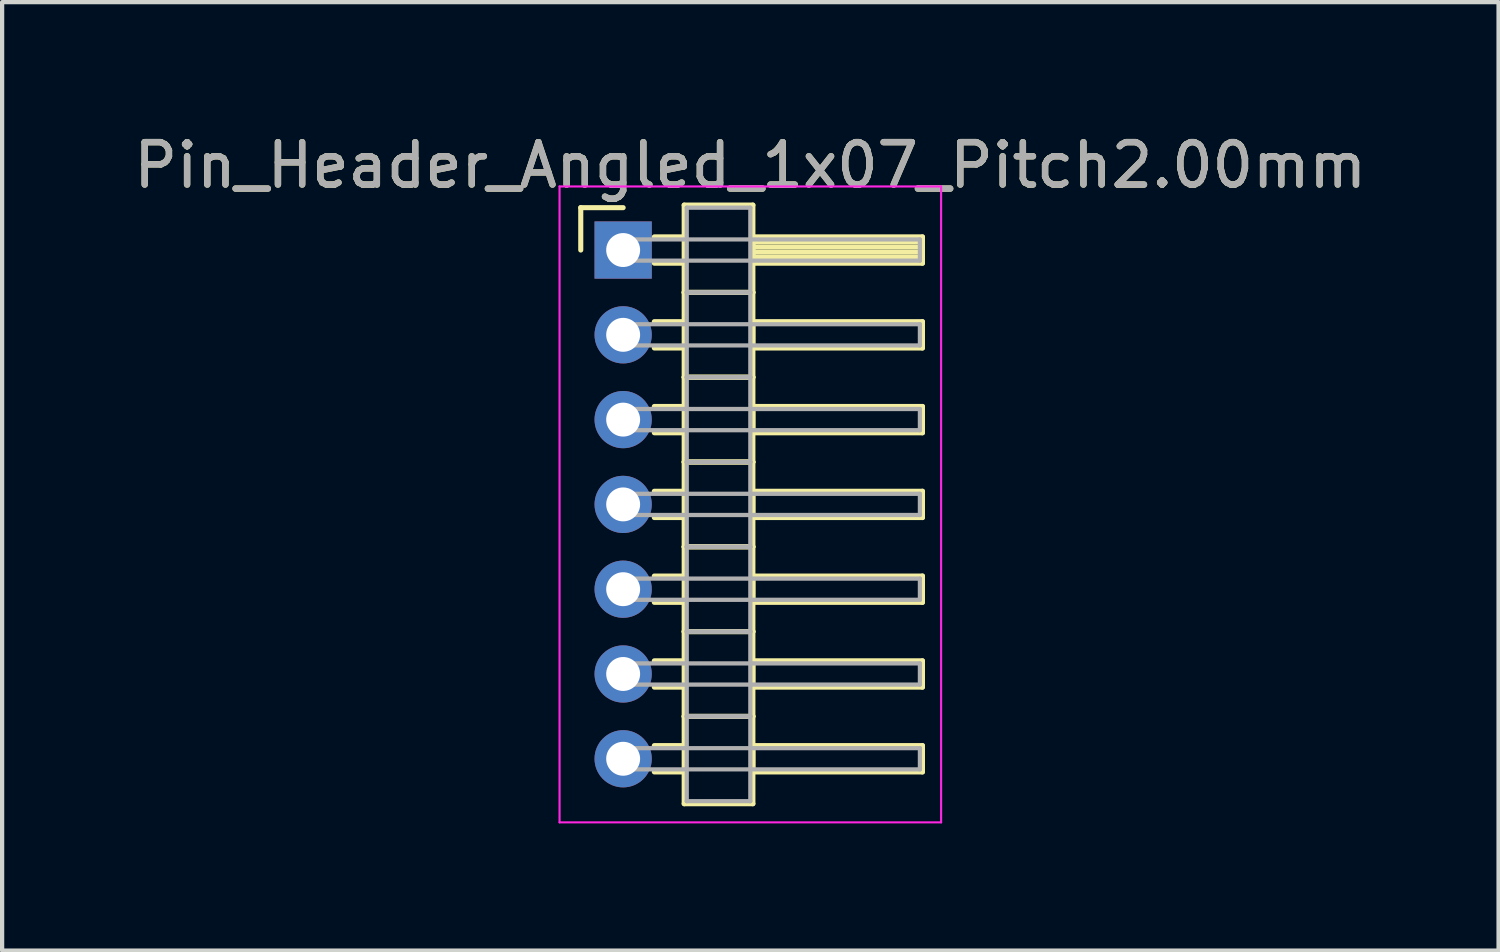
<source format=kicad_pcb>
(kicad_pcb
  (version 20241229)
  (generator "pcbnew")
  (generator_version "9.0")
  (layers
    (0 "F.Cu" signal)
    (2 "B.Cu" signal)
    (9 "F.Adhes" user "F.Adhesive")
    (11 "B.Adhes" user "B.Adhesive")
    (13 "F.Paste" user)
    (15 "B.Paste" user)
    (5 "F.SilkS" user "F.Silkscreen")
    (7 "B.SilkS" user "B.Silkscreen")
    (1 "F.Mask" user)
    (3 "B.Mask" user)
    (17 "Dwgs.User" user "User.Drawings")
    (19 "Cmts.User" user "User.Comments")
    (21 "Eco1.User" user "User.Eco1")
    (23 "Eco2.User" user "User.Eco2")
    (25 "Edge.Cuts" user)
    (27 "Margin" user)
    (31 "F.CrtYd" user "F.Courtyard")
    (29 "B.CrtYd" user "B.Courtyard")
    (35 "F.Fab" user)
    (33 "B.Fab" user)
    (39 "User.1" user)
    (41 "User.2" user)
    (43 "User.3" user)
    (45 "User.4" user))
  (footprint "Pin_Header_Angled_1x07_Pitch2.00mm"
    (layer "F.Cu")
    (at 11.649 2.848)
    (property "Reference" "Pin_Header_Angled_1x07_Pitch2.00mm" (at 3 -2 0) (layer "F.SilkS") (effects (font (size 1 1) (thickness 0.15))))
    (attr through_hole)
    (fp_line (start -1 -1) (end 0 -1) (stroke (width 0.12) (type solid)) (layer "F.SilkS"))
    (fp_line (start -1 0) (end -1 -1) (stroke (width 0.12) (type solid)) (layer "F.SilkS"))
    (fp_line (start 0.735 -0.31) (end 1.44 -0.31) (stroke (width 0.12) (type solid)) (layer "F.SilkS"))
    (fp_line (start 0.735 0.31) (end 1.44 0.31) (stroke (width 0.12) (type solid)) (layer "F.SilkS"))
    (fp_line (start 0.735 1.69) (end 1.44 1.69) (stroke (width 0.12) (type solid)) (layer "F.SilkS"))
    (fp_line (start 0.735 2.31) (end 1.44 2.31) (stroke (width 0.12) (type solid)) (layer "F.SilkS"))
    (fp_line (start 0.735 3.69) (end 1.44 3.69) (stroke (width 0.12) (type solid)) (layer "F.SilkS"))
    (fp_line (start 0.735 4.31) (end 1.44 4.31) (stroke (width 0.12) (type solid)) (layer "F.SilkS"))
    (fp_line (start 0.735 5.69) (end 1.44 5.69) (stroke (width 0.12) (type solid)) (layer "F.SilkS"))
    (fp_line (start 0.735 6.31) (end 1.44 6.31) (stroke (width 0.12) (type solid)) (layer "F.SilkS"))
    (fp_line (start 0.735 7.69) (end 1.44 7.69) (stroke (width 0.12) (type solid)) (layer "F.SilkS"))
    (fp_line (start 0.735 8.31) (end 1.44 8.31) (stroke (width 0.12) (type solid)) (layer "F.SilkS"))
    (fp_line (start 0.735 9.69) (end 1.44 9.69) (stroke (width 0.12) (type solid)) (layer "F.SilkS"))
    (fp_line (start 0.735 10.31) (end 1.44 10.31) (stroke (width 0.12) (type solid)) (layer "F.SilkS"))
    (fp_line (start 0.735 11.69) (end 1.44 11.69) (stroke (width 0.12) (type solid)) (layer "F.SilkS"))
    (fp_line (start 0.735 12.31) (end 1.44 12.31) (stroke (width 0.12) (type solid)) (layer "F.SilkS"))
    (fp_line (start 1.44 -1.06) (end 1.44 1) (stroke (width 0.12) (type solid)) (layer "F.SilkS"))
    (fp_line (start 1.44 1) (end 1.44 3) (stroke (width 0.12) (type solid)) (layer "F.SilkS"))
    (fp_line (start 1.44 1) (end 3.06 1) (stroke (width 0.12) (type solid)) (layer "F.SilkS"))
    (fp_line (start 1.44 3) (end 1.44 5) (stroke (width 0.12) (type solid)) (layer "F.SilkS"))
    (fp_line (start 1.44 3) (end 3.06 3) (stroke (width 0.12) (type solid)) (layer "F.SilkS"))
    (fp_line (start 1.44 5) (end 1.44 7) (stroke (width 0.12) (type solid)) (layer "F.SilkS"))
    (fp_line (start 1.44 5) (end 3.06 5) (stroke (width 0.12) (type solid)) (layer "F.SilkS"))
    (fp_line (start 1.44 7) (end 1.44 9) (stroke (width 0.12) (type solid)) (layer "F.SilkS"))
    (fp_line (start 1.44 7) (end 3.06 7) (stroke (width 0.12) (type solid)) (layer "F.SilkS"))
    (fp_line (start 1.44 9) (end 1.44 11) (stroke (width 0.12) (type solid)) (layer "F.SilkS"))
    (fp_line (start 1.44 9) (end 3.06 9) (stroke (width 0.12) (type solid)) (layer "F.SilkS"))
    (fp_line (start 1.44 11) (end 1.44 13.06) (stroke (width 0.12) (type solid)) (layer "F.SilkS"))
    (fp_line (start 1.44 11) (end 3.06 11) (stroke (width 0.12) (type solid)) (layer "F.SilkS"))
    (fp_line (start 1.44 13.06) (end 3.06 13.06) (stroke (width 0.12) (type solid)) (layer "F.SilkS"))
    (fp_line (start 3.06 -1.06) (end 1.44 -1.06) (stroke (width 0.12) (type solid)) (layer "F.SilkS"))
    (fp_line (start 3.06 -0.31) (end 3.06 0.31) (stroke (width 0.12) (type solid)) (layer "F.SilkS"))
    (fp_line (start 3.06 -0.19) (end 7.06 -0.19) (stroke (width 0.12) (type solid)) (layer "F.SilkS"))
    (fp_line (start 3.06 -0.07) (end 7.06 -0.07) (stroke (width 0.12) (type solid)) (layer "F.SilkS"))
    (fp_line (start 3.06 0.05) (end 7.06 0.05) (stroke (width 0.12) (type solid)) (layer "F.SilkS"))
    (fp_line (start 3.06 0.17) (end 7.06 0.17) (stroke (width 0.12) (type solid)) (layer "F.SilkS"))
    (fp_line (start 3.06 0.29) (end 7.06 0.29) (stroke (width 0.12) (type solid)) (layer "F.SilkS"))
    (fp_line (start 3.06 0.31) (end 7.06 0.31) (stroke (width 0.12) (type solid)) (layer "F.SilkS"))
    (fp_line (start 3.06 1) (end 1.44 1) (stroke (width 0.12) (type solid)) (layer "F.SilkS"))
    (fp_line (start 3.06 1) (end 3.06 -1.06) (stroke (width 0.12) (type solid)) (layer "F.SilkS"))
    (fp_line (start 3.06 1.69) (end 3.06 2.31) (stroke (width 0.12) (type solid)) (layer "F.SilkS"))
    (fp_line (start 3.06 2.31) (end 7.06 2.31) (stroke (width 0.12) (type solid)) (layer "F.SilkS"))
    (fp_line (start 3.06 3) (end 1.44 3) (stroke (width 0.12) (type solid)) (layer "F.SilkS"))
    (fp_line (start 3.06 3) (end 3.06 1) (stroke (width 0.12) (type solid)) (layer "F.SilkS"))
    (fp_line (start 3.06 3.69) (end 3.06 4.31) (stroke (width 0.12) (type solid)) (layer "F.SilkS"))
    (fp_line (start 3.06 4.31) (end 7.06 4.31) (stroke (width 0.12) (type solid)) (layer "F.SilkS"))
    (fp_line (start 3.06 5) (end 1.44 5) (stroke (width 0.12) (type solid)) (layer "F.SilkS"))
    (fp_line (start 3.06 5) (end 3.06 3) (stroke (width 0.12) (type solid)) (layer "F.SilkS"))
    (fp_line (start 3.06 5.69) (end 3.06 6.31) (stroke (width 0.12) (type solid)) (layer "F.SilkS"))
    (fp_line (start 3.06 6.31) (end 7.06 6.31) (stroke (width 0.12) (type solid)) (layer "F.SilkS"))
    (fp_line (start 3.06 7) (end 1.44 7) (stroke (width 0.12) (type solid)) (layer "F.SilkS"))
    (fp_line (start 3.06 7) (end 3.06 5) (stroke (width 0.12) (type solid)) (layer "F.SilkS"))
    (fp_line (start 3.06 7.69) (end 3.06 8.31) (stroke (width 0.12) (type solid)) (layer "F.SilkS"))
    (fp_line (start 3.06 8.31) (end 7.06 8.31) (stroke (width 0.12) (type solid)) (layer "F.SilkS"))
    (fp_line (start 3.06 9) (end 1.44 9) (stroke (width 0.12) (type solid)) (layer "F.SilkS"))
    (fp_line (start 3.06 9) (end 3.06 7) (stroke (width 0.12) (type solid)) (layer "F.SilkS"))
    (fp_line (start 3.06 9.69) (end 3.06 10.31) (stroke (width 0.12) (type solid)) (layer "F.SilkS"))
    (fp_line (start 3.06 10.31) (end 7.06 10.31) (stroke (width 0.12) (type solid)) (layer "F.SilkS"))
    (fp_line (start 3.06 11) (end 1.44 11) (stroke (width 0.12) (type solid)) (layer "F.SilkS"))
    (fp_line (start 3.06 11) (end 3.06 9) (stroke (width 0.12) (type solid)) (layer "F.SilkS"))
    (fp_line (start 3.06 11.69) (end 3.06 12.31) (stroke (width 0.12) (type solid)) (layer "F.SilkS"))
    (fp_line (start 3.06 12.31) (end 7.06 12.31) (stroke (width 0.12) (type solid)) (layer "F.SilkS"))
    (fp_line (start 3.06 13.06) (end 3.06 11) (stroke (width 0.12) (type solid)) (layer "F.SilkS"))
    (fp_line (start 7.06 -0.31) (end 3.06 -0.31) (stroke (width 0.12) (type solid)) (layer "F.SilkS"))
    (fp_line (start 7.06 0.31) (end 7.06 -0.31) (stroke (width 0.12) (type solid)) (layer "F.SilkS"))
    (fp_line (start 7.06 1.69) (end 3.06 1.69) (stroke (width 0.12) (type solid)) (layer "F.SilkS"))
    (fp_line (start 7.06 2.31) (end 7.06 1.69) (stroke (width 0.12) (type solid)) (layer "F.SilkS"))
    (fp_line (start 7.06 3.69) (end 3.06 3.69) (stroke (width 0.12) (type solid)) (layer "F.SilkS"))
    (fp_line (start 7.06 4.31) (end 7.06 3.69) (stroke (width 0.12) (type solid)) (layer "F.SilkS"))
    (fp_line (start 7.06 5.69) (end 3.06 5.69) (stroke (width 0.12) (type solid)) (layer "F.SilkS"))
    (fp_line (start 7.06 6.31) (end 7.06 5.69) (stroke (width 0.12) (type solid)) (layer "F.SilkS"))
    (fp_line (start 7.06 7.69) (end 3.06 7.69) (stroke (width 0.12) (type solid)) (layer "F.SilkS"))
    (fp_line (start 7.06 8.31) (end 7.06 7.69) (stroke (width 0.12) (type solid)) (layer "F.SilkS"))
    (fp_line (start 7.06 9.69) (end 3.06 9.69) (stroke (width 0.12) (type solid)) (layer "F.SilkS"))
    (fp_line (start 7.06 10.31) (end 7.06 9.69) (stroke (width 0.12) (type solid)) (layer "F.SilkS"))
    (fp_line (start 7.06 11.69) (end 3.06 11.69) (stroke (width 0.12) (type solid)) (layer "F.SilkS"))
    (fp_line (start 7.06 12.31) (end 7.06 11.69) (stroke (width 0.12) (type solid)) (layer "F.SilkS"))
    (fp_line (start -1.5 -1.5) (end -1.5 13.5) (stroke (width 0.05) (type solid)) (layer "F.CrtYd"))
    (fp_line (start -1.5 13.5) (end 7.5 13.5) (stroke (width 0.05) (type solid)) (layer "F.CrtYd"))
    (fp_line (start 7.5 -1.5) (end -1.5 -1.5) (stroke (width 0.05) (type solid)) (layer "F.CrtYd"))
    (fp_line (start 7.5 13.5) (end 7.5 -1.5) (stroke (width 0.05) (type solid)) (layer "F.CrtYd"))
    (fp_line (start 0 -0.25) (end 0 0.25) (stroke (width 0.1) (type solid)) (layer "F.Fab"))
    (fp_line (start 0 0.25) (end 7 0.25) (stroke (width 0.1) (type solid)) (layer "F.Fab"))
    (fp_line (start 0 1.75) (end 0 2.25) (stroke (width 0.1) (type solid)) (layer "F.Fab"))
    (fp_line (start 0 2.25) (end 7 2.25) (stroke (width 0.1) (type solid)) (layer "F.Fab"))
    (fp_line (start 0 3.75) (end 0 4.25) (stroke (width 0.1) (type solid)) (layer "F.Fab"))
    (fp_line (start 0 4.25) (end 7 4.25) (stroke (width 0.1) (type solid)) (layer "F.Fab"))
    (fp_line (start 0 5.75) (end 0 6.25) (stroke (width 0.1) (type solid)) (layer "F.Fab"))
    (fp_line (start 0 6.25) (end 7 6.25) (stroke (width 0.1) (type solid)) (layer "F.Fab"))
    (fp_line (start 0 7.75) (end 0 8.25) (stroke (width 0.1) (type solid)) (layer "F.Fab"))
    (fp_line (start 0 8.25) (end 7 8.25) (stroke (width 0.1) (type solid)) (layer "F.Fab"))
    (fp_line (start 0 9.75) (end 0 10.25) (stroke (width 0.1) (type solid)) (layer "F.Fab"))
    (fp_line (start 0 10.25) (end 7 10.25) (stroke (width 0.1) (type solid)) (layer "F.Fab"))
    (fp_line (start 0 11.75) (end 0 12.25) (stroke (width 0.1) (type solid)) (layer "F.Fab"))
    (fp_line (start 0 12.25) (end 7 12.25) (stroke (width 0.1) (type solid)) (layer "F.Fab"))
    (fp_line (start 1.5 -1) (end 1.5 1) (stroke (width 0.1) (type solid)) (layer "F.Fab"))
    (fp_line (start 1.5 1) (end 1.5 3) (stroke (width 0.1) (type solid)) (layer "F.Fab"))
    (fp_line (start 1.5 1) (end 3 1) (stroke (width 0.1) (type solid)) (layer "F.Fab"))
    (fp_line (start 1.5 3) (end 1.5 5) (stroke (width 0.1) (type solid)) (layer "F.Fab"))
    (fp_line (start 1.5 3) (end 3 3) (stroke (width 0.1) (type solid)) (layer "F.Fab"))
    (fp_line (start 1.5 5) (end 1.5 7) (stroke (width 0.1) (type solid)) (layer "F.Fab"))
    (fp_line (start 1.5 5) (end 3 5) (stroke (width 0.1) (type solid)) (layer "F.Fab"))
    (fp_line (start 1.5 7) (end 1.5 9) (stroke (width 0.1) (type solid)) (layer "F.Fab"))
    (fp_line (start 1.5 7) (end 3 7) (stroke (width 0.1) (type solid)) (layer "F.Fab"))
    (fp_line (start 1.5 9) (end 1.5 11) (stroke (width 0.1) (type solid)) (layer "F.Fab"))
    (fp_line (start 1.5 9) (end 3 9) (stroke (width 0.1) (type solid)) (layer "F.Fab"))
    (fp_line (start 1.5 11) (end 1.5 13) (stroke (width 0.1) (type solid)) (layer "F.Fab"))
    (fp_line (start 1.5 11) (end 3 11) (stroke (width 0.1) (type solid)) (layer "F.Fab"))
    (fp_line (start 1.5 13) (end 3 13) (stroke (width 0.1) (type solid)) (layer "F.Fab"))
    (fp_line (start 3 -1) (end 1.5 -1) (stroke (width 0.1) (type solid)) (layer "F.Fab"))
    (fp_line (start 3 1) (end 1.5 1) (stroke (width 0.1) (type solid)) (layer "F.Fab"))
    (fp_line (start 3 1) (end 3 -1) (stroke (width 0.1) (type solid)) (layer "F.Fab"))
    (fp_line (start 3 3) (end 1.5 3) (stroke (width 0.1) (type solid)) (layer "F.Fab"))
    (fp_line (start 3 3) (end 3 1) (stroke (width 0.1) (type solid)) (layer "F.Fab"))
    (fp_line (start 3 5) (end 1.5 5) (stroke (width 0.1) (type solid)) (layer "F.Fab"))
    (fp_line (start 3 5) (end 3 3) (stroke (width 0.1) (type solid)) (layer "F.Fab"))
    (fp_line (start 3 7) (end 1.5 7) (stroke (width 0.1) (type solid)) (layer "F.Fab"))
    (fp_line (start 3 7) (end 3 5) (stroke (width 0.1) (type solid)) (layer "F.Fab"))
    (fp_line (start 3 9) (end 1.5 9) (stroke (width 0.1) (type solid)) (layer "F.Fab"))
    (fp_line (start 3 9) (end 3 7) (stroke (width 0.1) (type solid)) (layer "F.Fab"))
    (fp_line (start 3 11) (end 1.5 11) (stroke (width 0.1) (type solid)) (layer "F.Fab"))
    (fp_line (start 3 11) (end 3 9) (stroke (width 0.1) (type solid)) (layer "F.Fab"))
    (fp_line (start 3 13) (end 3 11) (stroke (width 0.1) (type solid)) (layer "F.Fab"))
    (fp_line (start 7 -0.25) (end 0 -0.25) (stroke (width 0.1) (type solid)) (layer "F.Fab"))
    (fp_line (start 7 0.25) (end 7 -0.25) (stroke (width 0.1) (type solid)) (layer "F.Fab"))
    (fp_line (start 7 1.75) (end 0 1.75) (stroke (width 0.1) (type solid)) (layer "F.Fab"))
    (fp_line (start 7 2.25) (end 7 1.75) (stroke (width 0.1) (type solid)) (layer "F.Fab"))
    (fp_line (start 7 3.75) (end 0 3.75) (stroke (width 0.1) (type solid)) (layer "F.Fab"))
    (fp_line (start 7 4.25) (end 7 3.75) (stroke (width 0.1) (type solid)) (layer "F.Fab"))
    (fp_line (start 7 5.75) (end 0 5.75) (stroke (width 0.1) (type solid)) (layer "F.Fab"))
    (fp_line (start 7 6.25) (end 7 5.75) (stroke (width 0.1) (type solid)) (layer "F.Fab"))
    (fp_line (start 7 7.75) (end 0 7.75) (stroke (width 0.1) (type solid)) (layer "F.Fab"))
    (fp_line (start 7 8.25) (end 7 7.75) (stroke (width 0.1) (type solid)) (layer "F.Fab"))
    (fp_line (start 7 9.75) (end 0 9.75) (stroke (width 0.1) (type solid)) (layer "F.Fab"))
    (fp_line (start 7 10.25) (end 7 9.75) (stroke (width 0.1) (type solid)) (layer "F.Fab"))
    (fp_line (start 7 11.75) (end 0 11.75) (stroke (width 0.1) (type solid)) (layer "F.Fab"))
    (fp_line (start 7 12.25) (end 7 11.75) (stroke (width 0.1) (type solid)) (layer "F.Fab"))
    (fp_text user "${REFERENCE}" (at 3 -2 0) (layer "F.Fab") (effects (font (size 1 1) (thickness 0.15))))
    (pad "1" thru_hole rect (at 0 0) (size 1.35 1.35) (drill 0.8) (layers "*.Cu" "*.Mask"))
    (pad "2" thru_hole oval (at 0 2) (size 1.35 1.35) (drill 0.8) (layers "*.Cu" "*.Mask"))
    (pad "3" thru_hole oval (at 0 4) (size 1.35 1.35) (drill 0.8) (layers "*.Cu" "*.Mask"))
    (pad "4" thru_hole oval (at 0 6) (size 1.35 1.35) (drill 0.8) (layers "*.Cu" "*.Mask"))
    (pad "5" thru_hole oval (at 0 8) (size 1.35 1.35) (drill 0.8) (layers "*.Cu" "*.Mask"))
    (pad "6" thru_hole oval (at 0 10) (size 1.35 1.35) (drill 0.8) (layers "*.Cu" "*.Mask"))
    (pad "7" thru_hole oval (at 0 12) (size 1.35 1.35) (drill 0.8) (layers "*.Cu" "*.Mask")))
  (gr_rect
    (start -3 -3)
    (end 32.298 19.373)
    (stroke (width 0.1) (type default))
    (fill no)
    (layer "Edge.Cuts")))
</source>
